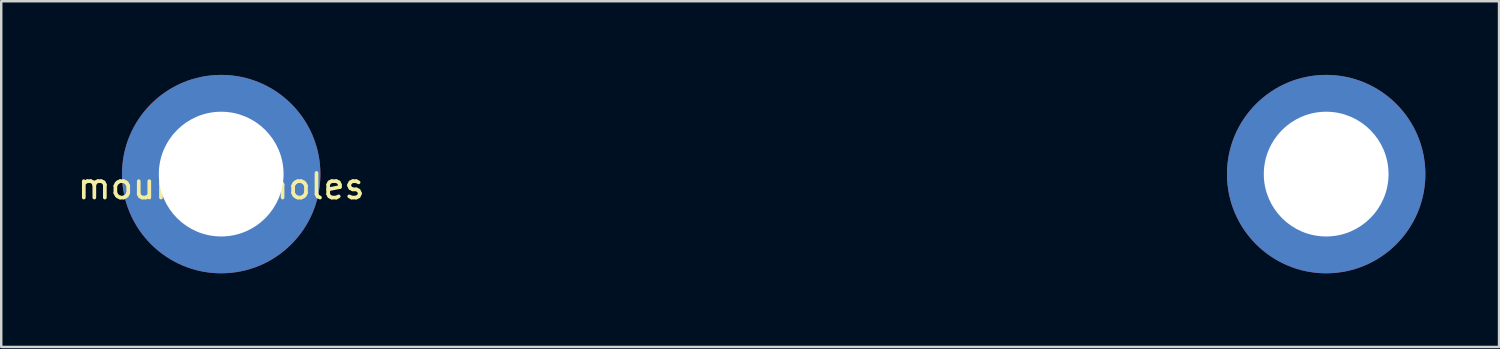
<source format=kicad_pcb>
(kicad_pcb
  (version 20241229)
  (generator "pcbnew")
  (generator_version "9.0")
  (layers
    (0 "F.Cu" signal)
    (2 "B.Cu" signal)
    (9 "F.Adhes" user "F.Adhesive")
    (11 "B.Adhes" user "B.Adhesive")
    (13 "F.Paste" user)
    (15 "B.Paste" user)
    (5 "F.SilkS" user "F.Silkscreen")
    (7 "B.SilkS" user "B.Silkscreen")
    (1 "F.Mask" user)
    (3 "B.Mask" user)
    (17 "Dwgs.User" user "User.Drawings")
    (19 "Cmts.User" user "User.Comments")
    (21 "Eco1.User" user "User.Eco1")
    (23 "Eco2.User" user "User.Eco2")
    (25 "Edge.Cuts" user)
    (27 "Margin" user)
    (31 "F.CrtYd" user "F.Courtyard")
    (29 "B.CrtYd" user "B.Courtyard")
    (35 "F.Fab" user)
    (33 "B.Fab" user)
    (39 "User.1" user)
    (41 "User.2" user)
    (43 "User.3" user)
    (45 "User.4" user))
  (footprint "mounting_holes"
    (layer "F.Cu")
    (at 5.958 4.04)
    (property "Reference" "mounting_holes" (at 0 0.5 0) (layer "F.SilkS") (effects (font (size 1 1) (thickness 0.15))))
    (attr through_hole)
    (pad "" thru_hole circle (at 0 0) (size 8.08 8.08) (drill 5.08) (layers "*.Cu" "*.Mask"))
    (pad "" thru_hole circle (at 45 0) (size 8.08 8.08) (drill 5.08) (layers "*.Cu" "*.Mask")))
  (gr_rect
    (start -3 -3)
    (end 57.998 11.08)
    (stroke (width 0.1) (type default))
    (fill no)
    (layer "Edge.Cuts")))
</source>
